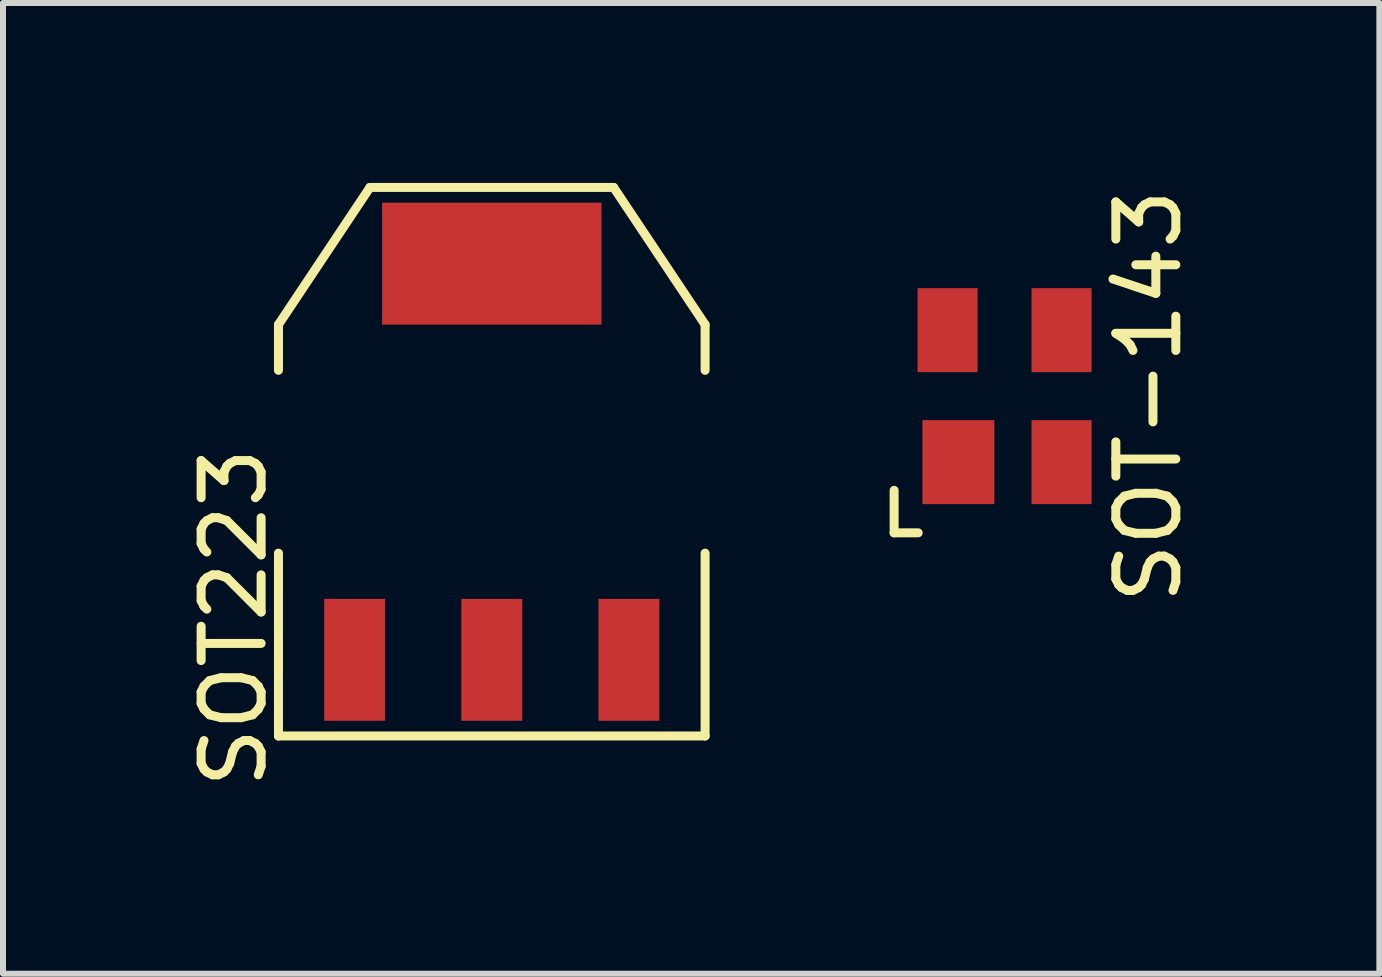
<source format=kicad_pcb>
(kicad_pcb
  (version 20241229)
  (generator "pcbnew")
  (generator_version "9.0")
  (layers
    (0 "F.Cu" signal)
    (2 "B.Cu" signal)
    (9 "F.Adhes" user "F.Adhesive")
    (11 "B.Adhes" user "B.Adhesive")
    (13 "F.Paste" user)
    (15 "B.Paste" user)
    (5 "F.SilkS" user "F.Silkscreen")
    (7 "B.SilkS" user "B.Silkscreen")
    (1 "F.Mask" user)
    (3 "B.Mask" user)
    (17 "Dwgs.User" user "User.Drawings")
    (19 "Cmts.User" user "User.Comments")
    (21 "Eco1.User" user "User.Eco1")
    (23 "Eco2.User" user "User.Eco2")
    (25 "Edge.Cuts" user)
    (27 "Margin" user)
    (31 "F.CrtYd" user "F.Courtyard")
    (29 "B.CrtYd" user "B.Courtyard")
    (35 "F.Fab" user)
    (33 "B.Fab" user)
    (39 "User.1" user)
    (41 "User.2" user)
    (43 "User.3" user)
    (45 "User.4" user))
  (footprint "SOT223"
    (layer "F.Cu")
    (at 5.148 4.647)
    (property "Reference" "SOT223" (at -4.3 2.6 90) (layer "F.SilkS") (effects (font (size 1 1) (thickness 0.15))))
    (attr smd)
    (fp_line (start -3.556 -2.286) (end -2.032 -4.572) (stroke (width 0.15) (type solid)) (layer "F.SilkS"))
    (fp_line (start -3.556 -1.524) (end -3.556 -2.286) (stroke (width 0.15) (type solid)) (layer "F.SilkS"))
    (fp_line (start -3.556 1.524) (end -3.556 4.572) (stroke (width 0.15) (type solid)) (layer "F.SilkS"))
    (fp_line (start -3.556 4.572) (end 3.556 4.572) (stroke (width 0.15) (type solid)) (layer "F.SilkS"))
    (fp_line (start -2.032 -4.572) (end 2.032 -4.572) (stroke (width 0.15) (type solid)) (layer "F.SilkS"))
    (fp_line (start 2.032 -4.572) (end 3.556 -2.286) (stroke (width 0.15) (type solid)) (layer "F.SilkS"))
    (fp_line (start 3.556 -2.286) (end 3.556 -1.524) (stroke (width 0.15) (type solid)) (layer "F.SilkS"))
    (fp_line (start 3.556 4.572) (end 3.556 1.524) (stroke (width 0.15) (type solid)) (layer "F.SilkS"))
    (pad "1" smd rect (at -2.286 3.302) (size 1.016 2.032) (layers "F.Cu" "F.Mask" "F.Paste"))
    (pad "2" smd rect (at 0 3.302) (size 1.016 2.032) (layers "F.Cu" "F.Mask" "F.Paste"))
    (pad "3" smd rect (at 2.286 3.302) (size 1.016 2.032) (layers "F.Cu" "F.Mask" "F.Paste"))
    (pad "4" smd rect (at 0 -3.302) (size 3.658 2.032) (layers "F.Cu" "F.Mask" "F.Paste")))
  (footprint "SOT-143"
    (layer "F.Cu")
    (at 13.696 3.554)
    (property "Reference" "SOT-143" (at 2.4 0 270) (layer "F.SilkS") (effects (font (size 1 1) (thickness 0.15))))
    (attr smd)
    (fp_line (start -1.841 1.57) (end -1.841 2.278) (stroke (width 0.15) (type solid)) (layer "F.SilkS"))
    (fp_line (start -1.841 2.278) (end -1.44 2.278) (stroke (width 0.15) (type solid)) (layer "F.SilkS"))
    (pad "1" smd rect (at -0.77 1.1) (size 1.199 1.4) (layers "F.Cu" "F.Mask" "F.Paste"))
    (pad "2" smd rect (at 0.95 1.1) (size 1.001 1.4) (layers "F.Cu" "F.Mask" "F.Paste"))
    (pad "3" smd rect (at 0.95 -1.1) (size 1.001 1.4) (layers "F.Cu" "F.Mask" "F.Paste"))
    (pad "4" smd rect (at -0.95 -1.1) (size 1.001 1.4) (layers "F.Cu" "F.Mask" "F.Paste")))
  (gr_rect
    (start -3 -3)
    (end 19.944 13.182)
    (stroke (width 0.1) (type default))
    (fill no)
    (layer "Edge.Cuts")))
</source>
